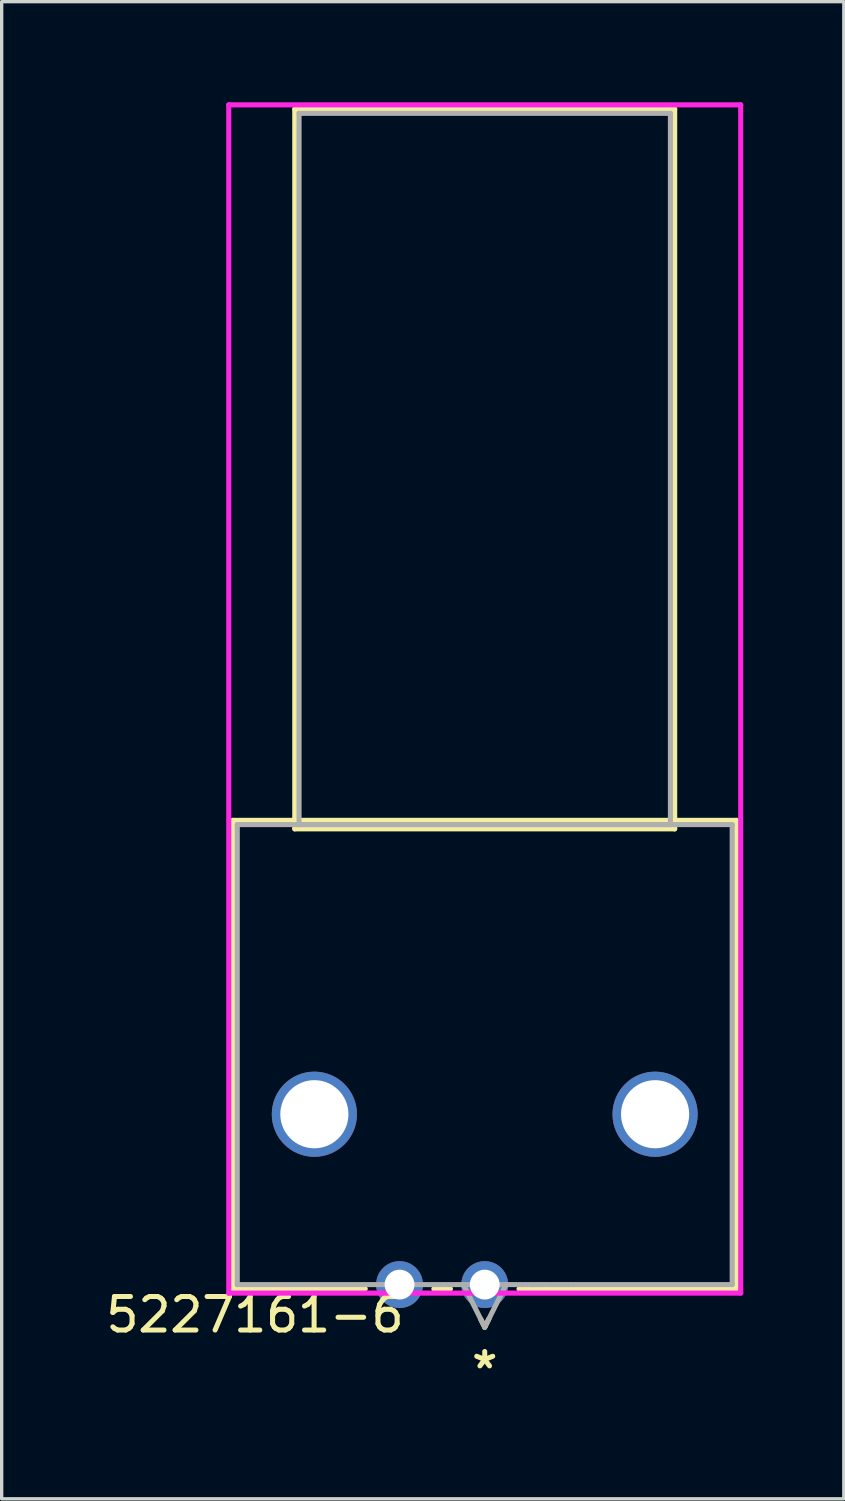
<source format=kicad_pcb>
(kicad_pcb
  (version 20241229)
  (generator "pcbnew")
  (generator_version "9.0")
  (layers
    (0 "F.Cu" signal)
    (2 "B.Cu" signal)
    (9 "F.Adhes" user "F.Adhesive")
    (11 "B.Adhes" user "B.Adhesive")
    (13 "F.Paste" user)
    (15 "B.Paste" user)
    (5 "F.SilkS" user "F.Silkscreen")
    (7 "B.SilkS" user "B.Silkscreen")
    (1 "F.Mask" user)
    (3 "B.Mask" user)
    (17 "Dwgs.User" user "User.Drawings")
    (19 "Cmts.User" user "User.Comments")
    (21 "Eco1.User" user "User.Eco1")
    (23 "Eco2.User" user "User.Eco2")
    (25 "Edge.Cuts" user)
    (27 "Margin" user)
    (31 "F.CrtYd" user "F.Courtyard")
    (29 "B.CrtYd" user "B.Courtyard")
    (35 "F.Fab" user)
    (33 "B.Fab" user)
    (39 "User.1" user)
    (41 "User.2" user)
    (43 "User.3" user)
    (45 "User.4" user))
  (footprint "5227161-6"
    (layer "F.Cu")
    (at 11.404 35.255)
    (property "Reference" "5227161-6" (at -6.85 0.9 0) (layer "F.SilkS") (effects (font (size 1 1) (thickness 0.15))))
    (attr through_hole)
    (fp_line (start -7.506 -13.843) (end -7.506 0.127) (stroke (width 0.152) (type solid)) (layer "F.SilkS"))
    (fp_line (start -7.506 0.127) (end -3.563 0.127) (stroke (width 0.152) (type solid)) (layer "F.SilkS"))
    (fp_line (start -5.664 -35.052) (end -5.664 -13.589) (stroke (width 0.152) (type solid)) (layer "F.SilkS"))
    (fp_line (start -5.664 -13.589) (end 5.664 -13.589) (stroke (width 0.152) (type solid)) (layer "F.SilkS"))
    (fp_line (start -1.517 0.127) (end -1.023 0.127) (stroke (width 0.152) (type solid)) (layer "F.SilkS"))
    (fp_line (start -0.123 1.024) (end 0 1.27) (stroke (width 0.152) (type solid)) (layer "F.SilkS"))
    (fp_line (start 0.123 1.024) (end 0 1.27) (stroke (width 0.152) (type solid)) (layer "F.SilkS"))
    (fp_line (start 1.023 0.127) (end 7.506 0.127) (stroke (width 0.152) (type solid)) (layer "F.SilkS"))
    (fp_line (start 5.664 -35.052) (end -5.664 -35.052) (stroke (width 0.152) (type solid)) (layer "F.SilkS"))
    (fp_line (start 5.664 -13.589) (end 5.664 -35.052) (stroke (width 0.152) (type solid)) (layer "F.SilkS"))
    (fp_line (start 7.506 -13.843) (end -7.506 -13.843) (stroke (width 0.152) (type solid)) (layer "F.SilkS"))
    (fp_line (start 7.506 0.127) (end 7.506 -13.843) (stroke (width 0.152) (type solid)) (layer "F.SilkS"))
    (fp_line (start -7.633 -35.179) (end -7.633 0.254) (stroke (width 0.152) (type solid)) (layer "F.CrtYd"))
    (fp_line (start -7.633 0.254) (end 7.633 0.254) (stroke (width 0.152) (type solid)) (layer "F.CrtYd"))
    (fp_line (start 7.633 -35.179) (end -7.633 -35.179) (stroke (width 0.152) (type solid)) (layer "F.CrtYd"))
    (fp_line (start 7.633 0.254) (end 7.633 -35.179) (stroke (width 0.152) (type solid)) (layer "F.CrtYd"))
    (fp_line (start -7.379 -13.716) (end -7.379 0) (stroke (width 0.152) (type solid)) (layer "F.Fab"))
    (fp_line (start -7.379 0) (end 7.379 0) (stroke (width 0.152) (type solid)) (layer "F.Fab"))
    (fp_line (start -5.537 -34.925) (end -5.537 -13.716) (stroke (width 0.152) (type solid)) (layer "F.Fab"))
    (fp_line (start -5.537 -13.716) (end 5.537 -13.716) (stroke (width 0.152) (type solid)) (layer "F.Fab"))
    (fp_line (start -0.635 0) (end 0 1.27) (stroke (width 0.152) (type solid)) (layer "F.Fab"))
    (fp_line (start 0.635 0) (end 0 1.27) (stroke (width 0.152) (type solid)) (layer "F.Fab"))
    (fp_line (start 5.537 -34.925) (end -5.537 -34.925) (stroke (width 0.152) (type solid)) (layer "F.Fab"))
    (fp_line (start 5.537 -13.716) (end 5.537 -34.925) (stroke (width 0.152) (type solid)) (layer "F.Fab"))
    (fp_line (start 7.379 -13.716) (end -7.379 -13.716) (stroke (width 0.152) (type solid)) (layer "F.Fab"))
    (fp_line (start 7.379 0) (end 7.379 -13.716) (stroke (width 0.152) (type solid)) (layer "F.Fab"))
    (fp_text user "*" (at 0 2.54 0) (layer "F.SilkS") (effects (font (size 1 1) (thickness 0.15))))
    (fp_text user "Copyright 2016 Accelerated Designs. All rights reserved." (at 0 0 0) (layer "Cmts.User") (effects (font (size 0.127 0.127) (thickness 0.002))))
    (pad "1" thru_hole circle (at 0 0) (size 1.397 1.397) (drill 0.889) (layers "*.Cu" "*.Mask"))
    (pad "2" thru_hole circle (at -2.54 0) (size 1.397 1.397) (drill 0.889) (layers "*.Cu" "*.Mask"))
    (pad "3" thru_hole circle (at -5.08 -5.08) (size 2.54 2.54) (drill 2.032) (layers "*.Cu" "*.Mask"))
    (pad "4" thru_hole circle (at 5.08 -5.08) (size 2.54 2.54) (drill 2.032) (layers "*.Cu" "*.Mask")))
  (gr_rect
    (start -3 -3)
    (end 22.112 41.643)
    (stroke (width 0.1) (type default))
    (fill no)
    (layer "Edge.Cuts")))
</source>
